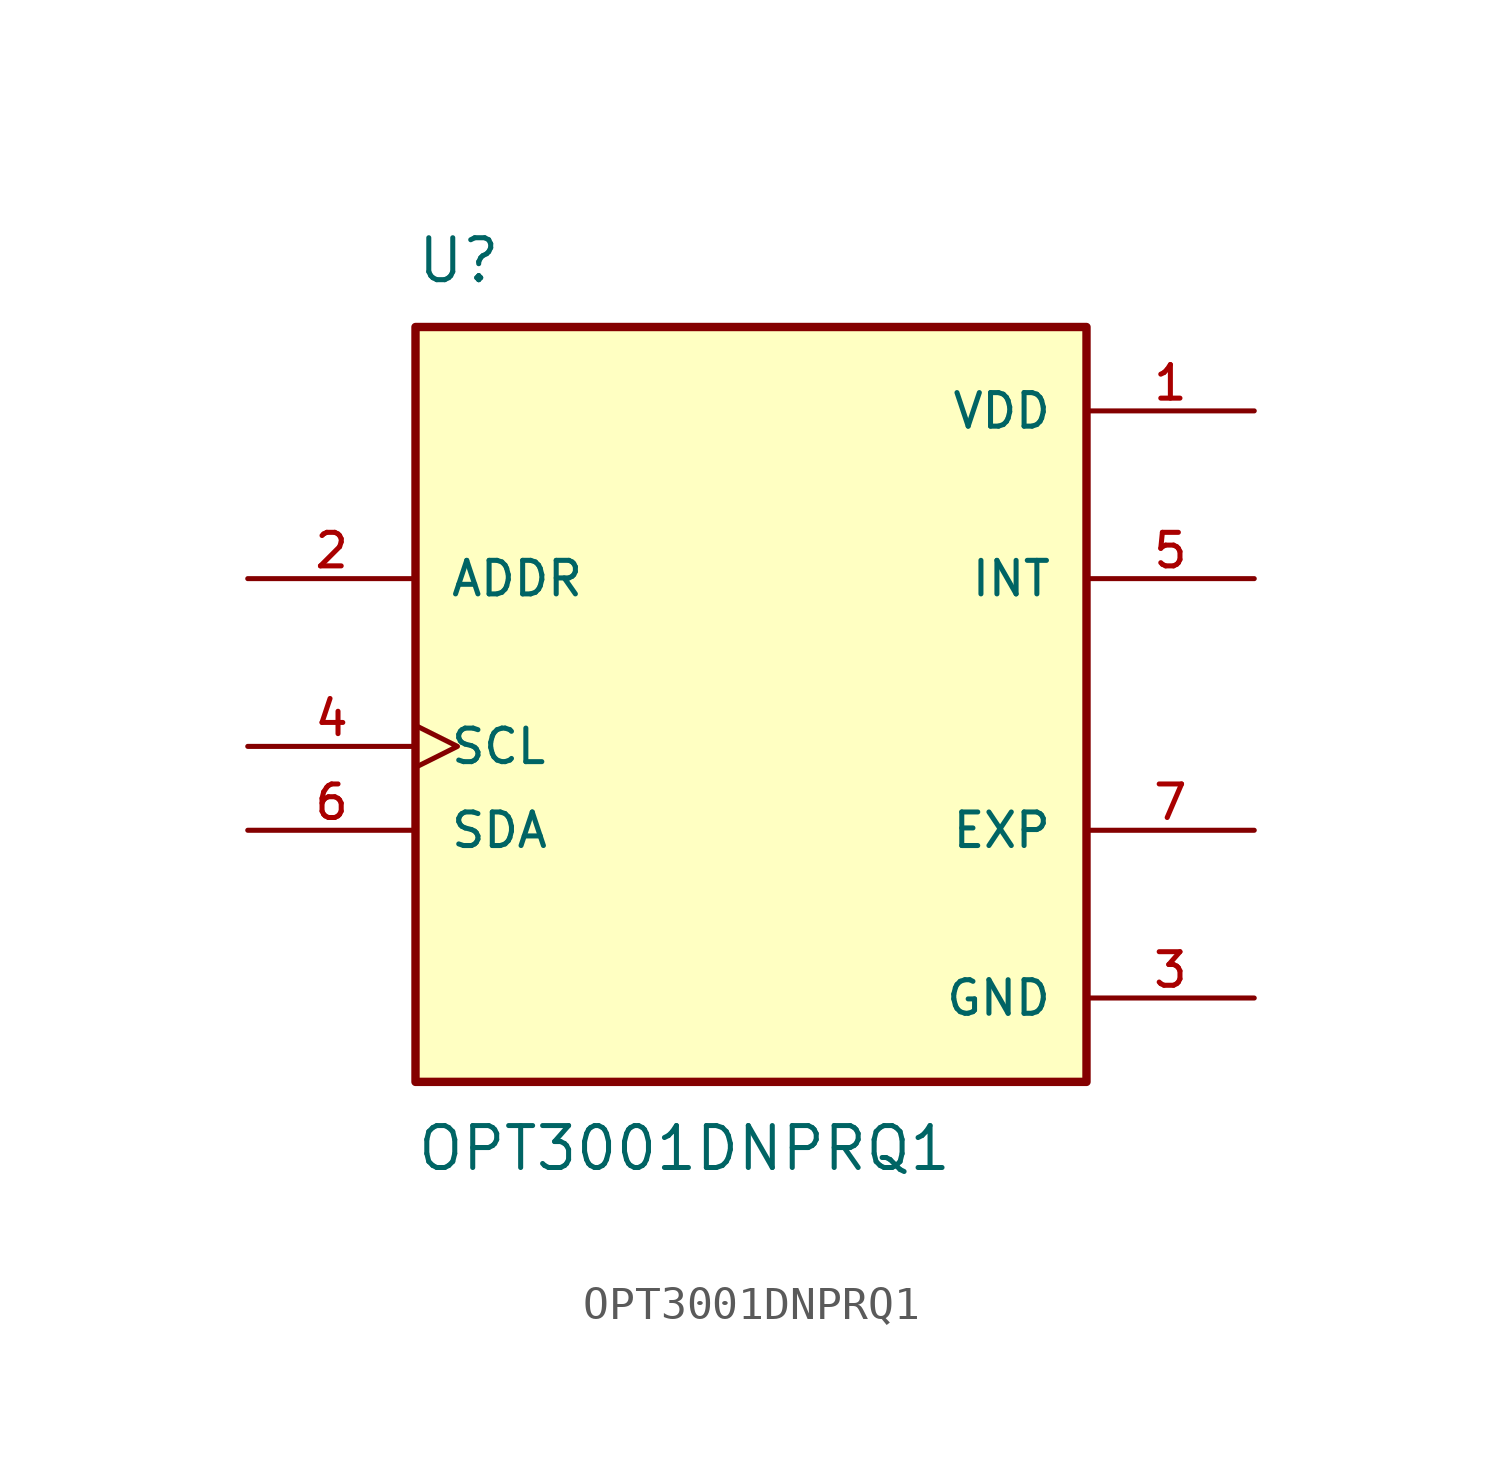
<source format=kicad_sym>
(kicad_symbol_lib
  (version 20211014)
  (generator kicad_symbol_editor)
  (symbol "OPT3001DNPRQ1"
    (pin_names
      (offset 1.016))
    (property "Reference" "U"
      (at -10.16 13.97 0)
      (effects (font (size 1.27 1.27)) (justify bottom left)))
    (property "Value" "OPT3001DNPRQ1"
      (at -10.16 -11.43 0.0)
      (effects (font (size 1.27 1.27)) (justify top left)))
    (symbol "OPT3001DNPRQ1_0_0"
      (rectangle (start -10.16 -10.16) (end 10.16 12.7) (stroke (width 0.254)) (fill (type background)))
      (pin power_in line (at 15.24 10.16 180.0) (length 5.08) (name "VDD" (effects (font (size 1.016 1.016)))) (number "1" (effects (font (size 1.016 1.016)))))
      (pin power_in line (at 15.24 -7.62 180.0) (length 5.08) (name "GND" (effects (font (size 1.016 1.016)))) (number "3" (effects (font (size 1.016 1.016)))))
      (pin input line (at -15.24 5.08 0) (length 5.08) (name "ADDR" (effects (font (size 1.016 1.016)))) (number "2" (effects (font (size 1.016 1.016)))))
      (pin input clock (at -15.24 0.0 0) (length 5.08) (name "SCL" (effects (font (size 1.016 1.016)))) (number "4" (effects (font (size 1.016 1.016)))))
      (pin bidirectional line (at -15.24 -2.54 0) (length 5.08) (name "SDA" (effects (font (size 1.016 1.016)))) (number "6" (effects (font (size 1.016 1.016)))))
      (pin output line (at 15.24 5.08 180.0) (length 5.08) (name "INT" (effects (font (size 1.016 1.016)))) (number "5" (effects (font (size 1.016 1.016)))))
      (pin passive line (at 15.24 -2.54 180.0) (length 5.08) (name "EXP" (effects (font (size 1.016 1.016)))) (number "7" (effects (font (size 1.016 1.016))))))))
</source>
